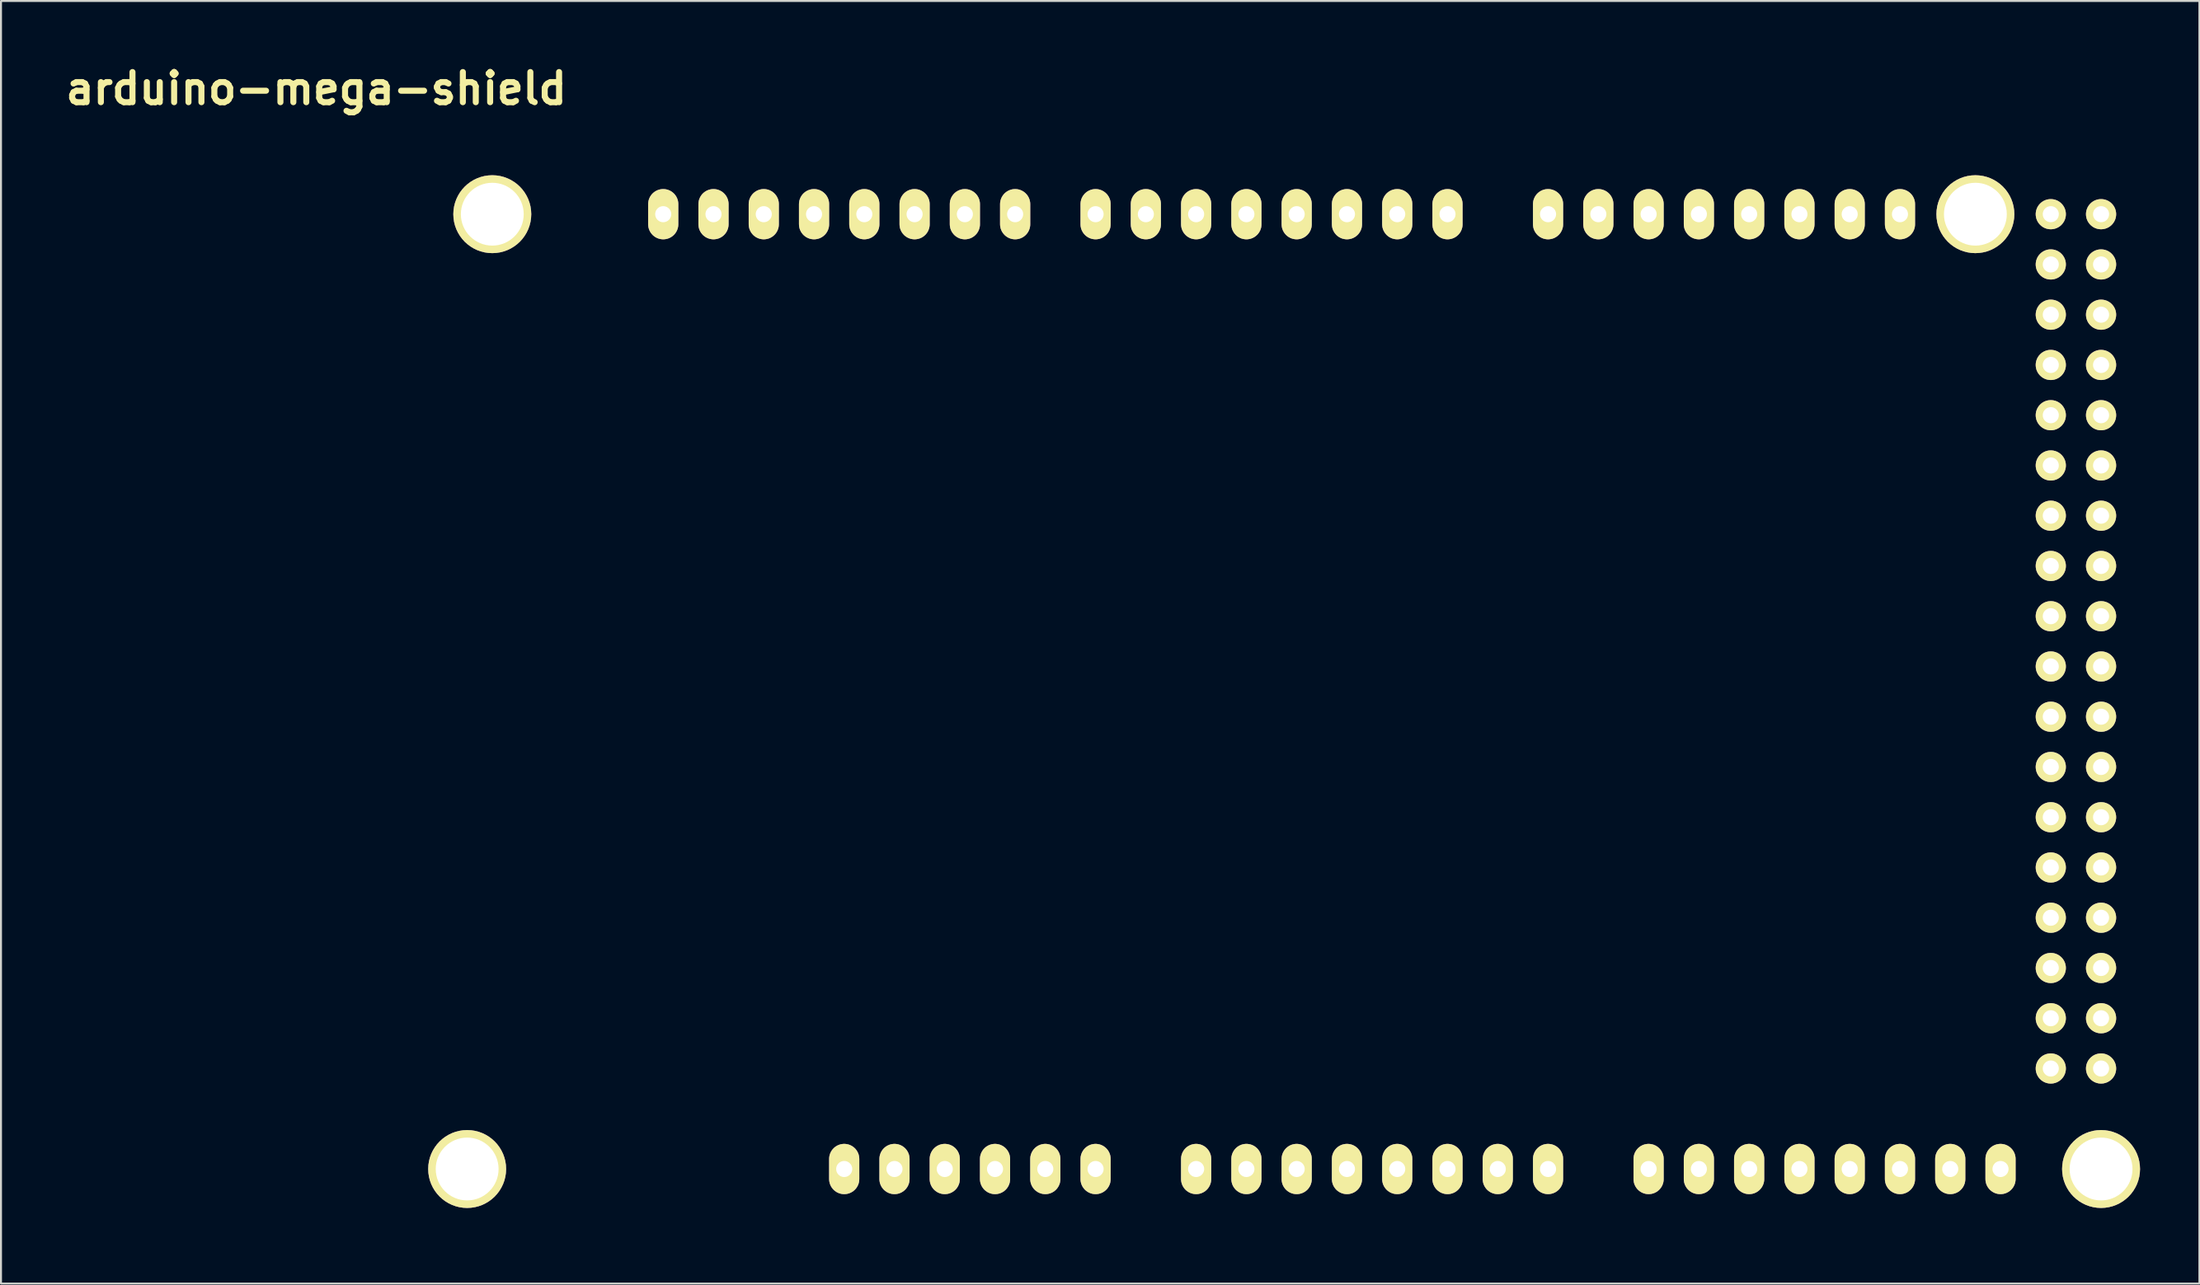
<source format=kicad_pcb>
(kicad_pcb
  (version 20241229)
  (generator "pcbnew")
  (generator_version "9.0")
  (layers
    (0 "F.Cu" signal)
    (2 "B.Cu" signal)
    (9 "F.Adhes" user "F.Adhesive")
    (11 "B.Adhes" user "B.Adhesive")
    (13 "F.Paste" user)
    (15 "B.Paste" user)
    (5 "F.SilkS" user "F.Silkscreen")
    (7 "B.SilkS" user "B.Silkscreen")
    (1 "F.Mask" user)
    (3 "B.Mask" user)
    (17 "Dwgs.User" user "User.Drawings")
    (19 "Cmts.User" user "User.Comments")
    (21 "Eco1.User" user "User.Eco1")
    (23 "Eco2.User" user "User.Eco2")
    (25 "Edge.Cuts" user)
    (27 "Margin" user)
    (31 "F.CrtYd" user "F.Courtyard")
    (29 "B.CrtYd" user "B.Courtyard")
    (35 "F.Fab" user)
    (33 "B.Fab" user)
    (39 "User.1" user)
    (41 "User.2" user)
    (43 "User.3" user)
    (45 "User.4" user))
  (footprint "arduino-mega-shield"
    (layer "F.Cu")
    (at 6.582 58.576)
    (property "Reference" "arduino-mega-shield" (at 6.35 -57.15 0) (layer "F.SilkS") (effects (font (size 1.524 1.524) (thickness 0.305))))
    (attr through_hole)
    (pad "0" thru_hole oval (at 63.5 -50.8 90) (size 2.54 1.524) (drill 0.813) (layers "*.Cu" "*.Mask" "F.SilkS"))
    (pad "1" thru_hole oval (at 60.96 -50.8 90) (size 2.54 1.524) (drill 0.813) (layers "*.Cu" "*.Mask" "F.SilkS"))
    (pad "2" thru_hole oval (at 58.42 -50.8 90) (size 2.54 1.524) (drill 0.813) (layers "*.Cu" "*.Mask" "F.SilkS"))
    (pad "3" thru_hole oval (at 55.88 -50.8 90) (size 2.54 1.524) (drill 0.813) (layers "*.Cu" "*.Mask" "F.SilkS"))
    (pad "3V3" thru_hole oval (at 35.56 -2.54 90) (size 2.54 1.524) (drill 0.813) (layers "*.Cu" "*.Mask" "F.SilkS"))
    (pad "4" thru_hole oval (at 53.34 -50.8 90) (size 2.54 1.524) (drill 0.813) (layers "*.Cu" "*.Mask" "F.SilkS"))
    (pad "5" thru_hole oval (at 50.8 -50.8 90) (size 2.54 1.524) (drill 0.813) (layers "*.Cu" "*.Mask" "F.SilkS"))
    (pad "5V" thru_hole oval (at 38.1 -2.54 90) (size 2.54 1.524) (drill 0.813) (layers "*.Cu" "*.Mask" "F.SilkS"))
    (pad "5V_4" thru_hole circle (at 93.98 -50.8) (size 1.524 1.524) (drill 0.813) (layers "*.Cu" "*.Mask" "F.SilkS"))
    (pad "5V_5" thru_hole circle (at 96.52 -50.8) (size 1.524 1.524) (drill 0.813) (layers "*.Cu" "*.Mask" "F.SilkS"))
    (pad "6" thru_hole oval (at 48.26 -50.8 90) (size 2.54 1.524) (drill 0.813) (layers "*.Cu" "*.Mask" "F.SilkS"))
    (pad "7" thru_hole oval (at 45.72 -50.8 90) (size 2.54 1.524) (drill 0.813) (layers "*.Cu" "*.Mask" "F.SilkS"))
    (pad "8" thru_hole oval (at 41.656 -50.8 90) (size 2.54 1.524) (drill 0.813) (layers "*.Cu" "*.Mask" "F.SilkS"))
    (pad "9" thru_hole oval (at 39.116 -50.8 90) (size 2.54 1.524) (drill 0.813) (layers "*.Cu" "*.Mask" "F.SilkS"))
    (pad "10" thru_hole oval (at 36.576 -50.8 90) (size 2.54 1.524) (drill 0.813) (layers "*.Cu" "*.Mask" "F.SilkS"))
    (pad "11" thru_hole oval (at 34.036 -50.8 90) (size 2.54 1.524) (drill 0.813) (layers "*.Cu" "*.Mask" "F.SilkS"))
    (pad "12" thru_hole oval (at 31.496 -50.8 90) (size 2.54 1.524) (drill 0.813) (layers "*.Cu" "*.Mask" "F.SilkS"))
    (pad "13" thru_hole oval (at 28.956 -50.8 90) (size 2.54 1.524) (drill 0.813) (layers "*.Cu" "*.Mask" "F.SilkS"))
    (pad "14" thru_hole oval (at 68.58 -50.8 90) (size 2.54 1.524) (drill 0.813) (layers "*.Cu" "*.Mask" "F.SilkS"))
    (pad "15" thru_hole oval (at 71.12 -50.8 90) (size 2.54 1.524) (drill 0.813) (layers "*.Cu" "*.Mask" "F.SilkS"))
    (pad "16" thru_hole oval (at 73.66 -50.8 90) (size 2.54 1.524) (drill 0.813) (layers "*.Cu" "*.Mask" "F.SilkS"))
    (pad "17" thru_hole oval (at 76.2 -50.8 90) (size 2.54 1.524) (drill 0.813) (layers "*.Cu" "*.Mask" "F.SilkS"))
    (pad "18" thru_hole oval (at 78.74 -50.8 90) (size 2.54 1.524) (drill 0.813) (layers "*.Cu" "*.Mask" "F.SilkS"))
    (pad "19" thru_hole oval (at 81.28 -50.8 90) (size 2.54 1.524) (drill 0.813) (layers "*.Cu" "*.Mask" "F.SilkS"))
    (pad "20" thru_hole oval (at 83.82 -50.8 90) (size 2.54 1.524) (drill 0.813) (layers "*.Cu" "*.Mask" "F.SilkS"))
    (pad "21" thru_hole oval (at 86.36 -50.8 90) (size 2.54 1.524) (drill 0.813) (layers "*.Cu" "*.Mask" "F.SilkS"))
    (pad "22" thru_hole circle (at 93.98 -48.26) (size 1.524 1.524) (drill 0.813) (layers "*.Cu" "*.Mask" "F.SilkS"))
    (pad "23" thru_hole circle (at 96.52 -48.26) (size 1.524 1.524) (drill 0.813) (layers "*.Cu" "*.Mask" "F.SilkS"))
    (pad "24" thru_hole circle (at 93.98 -45.72) (size 1.524 1.524) (drill 0.813) (layers "*.Cu" "*.Mask" "F.SilkS"))
    (pad "25" thru_hole circle (at 96.52 -45.72) (size 1.524 1.524) (drill 0.813) (layers "*.Cu" "*.Mask" "F.SilkS"))
    (pad "26" thru_hole circle (at 93.98 -43.18) (size 1.524 1.524) (drill 0.813) (layers "*.Cu" "*.Mask" "F.SilkS"))
    (pad "27" thru_hole circle (at 96.52 -43.18) (size 1.524 1.524) (drill 0.813) (layers "*.Cu" "*.Mask" "F.SilkS"))
    (pad "28" thru_hole circle (at 93.98 -40.64) (size 1.524 1.524) (drill 0.813) (layers "*.Cu" "*.Mask" "F.SilkS"))
    (pad "29" thru_hole circle (at 96.52 -40.64) (size 1.524 1.524) (drill 0.813) (layers "*.Cu" "*.Mask" "F.SilkS"))
    (pad "30" thru_hole circle (at 93.98 -38.1) (size 1.524 1.524) (drill 0.813) (layers "*.Cu" "*.Mask" "F.SilkS"))
    (pad "31" thru_hole circle (at 96.52 -38.1) (size 1.524 1.524) (drill 0.813) (layers "*.Cu" "*.Mask" "F.SilkS"))
    (pad "32" thru_hole circle (at 93.98 -35.56) (size 1.524 1.524) (drill 0.813) (layers "*.Cu" "*.Mask" "F.SilkS"))
    (pad "33" thru_hole circle (at 96.52 -35.56) (size 1.524 1.524) (drill 0.813) (layers "*.Cu" "*.Mask" "F.SilkS"))
    (pad "34" thru_hole circle (at 93.98 -33.02) (size 1.524 1.524) (drill 0.813) (layers "*.Cu" "*.Mask" "F.SilkS"))
    (pad "35" thru_hole circle (at 96.52 -33.02) (size 1.524 1.524) (drill 0.813) (layers "*.Cu" "*.Mask" "F.SilkS"))
    (pad "36" thru_hole circle (at 93.98 -30.48) (size 1.524 1.524) (drill 0.813) (layers "*.Cu" "*.Mask" "F.SilkS"))
    (pad "37" thru_hole circle (at 96.52 -30.48) (size 1.524 1.524) (drill 0.813) (layers "*.Cu" "*.Mask" "F.SilkS"))
    (pad "38" thru_hole circle (at 93.98 -27.94) (size 1.524 1.524) (drill 0.813) (layers "*.Cu" "*.Mask" "F.SilkS"))
    (pad "39" thru_hole circle (at 96.52 -27.94) (size 1.524 1.524) (drill 0.813) (layers "*.Cu" "*.Mask" "F.SilkS"))
    (pad "40" thru_hole circle (at 93.98 -25.4) (size 1.524 1.524) (drill 0.813) (layers "*.Cu" "*.Mask" "F.SilkS"))
    (pad "41" thru_hole circle (at 96.52 -25.4) (size 1.524 1.524) (drill 0.813) (layers "*.Cu" "*.Mask" "F.SilkS"))
    (pad "42" thru_hole circle (at 93.98 -22.86) (size 1.524 1.524) (drill 0.813) (layers "*.Cu" "*.Mask" "F.SilkS"))
    (pad "43" thru_hole circle (at 96.52 -22.86) (size 1.524 1.524) (drill 0.813) (layers "*.Cu" "*.Mask" "F.SilkS"))
    (pad "44" thru_hole circle (at 93.98 -20.32) (size 1.524 1.524) (drill 0.813) (layers "*.Cu" "*.Mask" "F.SilkS"))
    (pad "45" thru_hole circle (at 96.52 -20.32) (size 1.524 1.524) (drill 0.813) (layers "*.Cu" "*.Mask" "F.SilkS"))
    (pad "46" thru_hole circle (at 93.98 -17.78) (size 1.524 1.524) (drill 0.813) (layers "*.Cu" "*.Mask" "F.SilkS"))
    (pad "47" thru_hole circle (at 96.52 -17.78) (size 1.524 1.524) (drill 0.813) (layers "*.Cu" "*.Mask" "F.SilkS"))
    (pad "48" thru_hole circle (at 93.98 -15.24) (size 1.524 1.524) (drill 0.813) (layers "*.Cu" "*.Mask" "F.SilkS"))
    (pad "49" thru_hole circle (at 96.52 -15.24) (size 1.524 1.524) (drill 0.813) (layers "*.Cu" "*.Mask" "F.SilkS"))
    (pad "50" thru_hole circle (at 93.98 -12.7) (size 1.524 1.524) (drill 0.813) (layers "*.Cu" "*.Mask" "F.SilkS"))
    (pad "51" thru_hole circle (at 96.52 -12.7) (size 1.524 1.524) (drill 0.813) (layers "*.Cu" "*.Mask" "F.SilkS"))
    (pad "52" thru_hole circle (at 93.98 -10.16) (size 1.524 1.524) (drill 0.813) (layers "*.Cu" "*.Mask" "F.SilkS"))
    (pad "53" thru_hole circle (at 96.52 -10.16) (size 1.524 1.524) (drill 0.813) (layers "*.Cu" "*.Mask" "F.SilkS"))
    (pad "AD0" thru_hole oval (at 50.8 -2.54 90) (size 2.54 1.524) (drill 0.813) (layers "*.Cu" "*.Mask" "F.SilkS"))
    (pad "AD1" thru_hole oval (at 53.34 -2.54 90) (size 2.54 1.524) (drill 0.813) (layers "*.Cu" "*.Mask" "F.SilkS"))
    (pad "AD2" thru_hole oval (at 55.88 -2.54 90) (size 2.54 1.524) (drill 0.813) (layers "*.Cu" "*.Mask" "F.SilkS"))
    (pad "AD3" thru_hole oval (at 58.42 -2.54 90) (size 2.54 1.524) (drill 0.813) (layers "*.Cu" "*.Mask" "F.SilkS"))
    (pad "AD4" thru_hole oval (at 60.96 -2.54 90) (size 2.54 1.524) (drill 0.813) (layers "*.Cu" "*.Mask" "F.SilkS"))
    (pad "AD5" thru_hole oval (at 63.5 -2.54 90) (size 2.54 1.524) (drill 0.813) (layers "*.Cu" "*.Mask" "F.SilkS"))
    (pad "AD6" thru_hole oval (at 66.04 -2.54 90) (size 2.54 1.524) (drill 0.813) (layers "*.Cu" "*.Mask" "F.SilkS"))
    (pad "AD7" thru_hole oval (at 68.58 -2.54 90) (size 2.54 1.524) (drill 0.813) (layers "*.Cu" "*.Mask" "F.SilkS"))
    (pad "AD8" thru_hole oval (at 73.66 -2.54 90) (size 2.54 1.524) (drill 0.813) (layers "*.Cu" "*.Mask" "F.SilkS"))
    (pad "AD9" thru_hole oval (at 76.2 -2.54 90) (size 2.54 1.524) (drill 0.813) (layers "*.Cu" "*.Mask" "F.SilkS"))
    (pad "AD10" thru_hole oval (at 78.74 -2.54 90) (size 2.54 1.524) (drill 0.813) (layers "*.Cu" "*.Mask" "F.SilkS"))
    (pad "AD11" thru_hole oval (at 81.28 -2.54 90) (size 2.54 1.524) (drill 0.813) (layers "*.Cu" "*.Mask" "F.SilkS"))
    (pad "AD12" thru_hole oval (at 83.82 -2.54 90) (size 2.54 1.524) (drill 0.813) (layers "*.Cu" "*.Mask" "F.SilkS"))
    (pad "AD13" thru_hole oval (at 86.36 -2.54 90) (size 2.54 1.524) (drill 0.813) (layers "*.Cu" "*.Mask" "F.SilkS"))
    (pad "AD14" thru_hole oval (at 88.9 -2.54 90) (size 2.54 1.524) (drill 0.813) (layers "*.Cu" "*.Mask" "F.SilkS"))
    (pad "AD15" thru_hole oval (at 91.44 -2.54 90) (size 2.54 1.524) (drill 0.813) (layers "*.Cu" "*.Mask" "F.SilkS"))
    (pad "AREF" thru_hole oval (at 23.876 -50.8 90) (size 2.54 1.524) (drill 0.813) (layers "*.Cu" "*.Mask" "F.SilkS"))
    (pad "GND1" thru_hole circle (at 13.97 -2.54 90) (size 3.937 3.937) (drill 3.175) (layers "*.Cu" "*.Mask" "F.SilkS"))
    (pad "GND1" thru_hole circle (at 15.24 -50.8 90) (size 3.937 3.937) (drill 3.175) (layers "*.Cu" "*.Mask" "F.SilkS"))
    (pad "GND1" thru_hole oval (at 40.64 -2.54 90) (size 2.54 1.524) (drill 0.813) (layers "*.Cu" "*.Mask" "F.SilkS"))
    (pad "GND1" thru_hole circle (at 90.17 -50.8 90) (size 3.937 3.937) (drill 3.175) (layers "*.Cu" "*.Mask" "F.SilkS"))
    (pad "GND1" thru_hole circle (at 96.52 -2.54 90) (size 3.937 3.937) (drill 3.175) (layers "*.Cu" "*.Mask" "F.SilkS"))
    (pad "GND2" thru_hole oval (at 43.18 -2.54 90) (size 2.54 1.524) (drill 0.813) (layers "*.Cu" "*.Mask" "F.SilkS"))
    (pad "GND3" thru_hole oval (at 26.416 -50.8 90) (size 2.54 1.524) (drill 0.813) (layers "*.Cu" "*.Mask" "F.SilkS"))
    (pad "GND4" thru_hole circle (at 93.98 -7.62) (size 1.524 1.524) (drill 0.813) (layers "*.Cu" "*.Mask" "F.SilkS"))
    (pad "GND5" thru_hole circle (at 96.52 -7.62) (size 1.524 1.524) (drill 0.813) (layers "*.Cu" "*.Mask" "F.SilkS"))
    (pad "RST" thru_hole oval (at 33.02 -2.54 90) (size 2.54 1.524) (drill 0.813) (layers "*.Cu" "*.Mask" "F.SilkS"))
    (pad "V_IN" thru_hole oval (at 45.72 -2.54 90) (size 2.54 1.524) (drill 0.813) (layers "*.Cu" "*.Mask" "F.SilkS")))
  (gr_rect
    (start -3 -3)
    (end 108.071 61.826)
    (stroke (width 0.1) (type default))
    (fill no)
    (layer "Edge.Cuts")))
</source>
